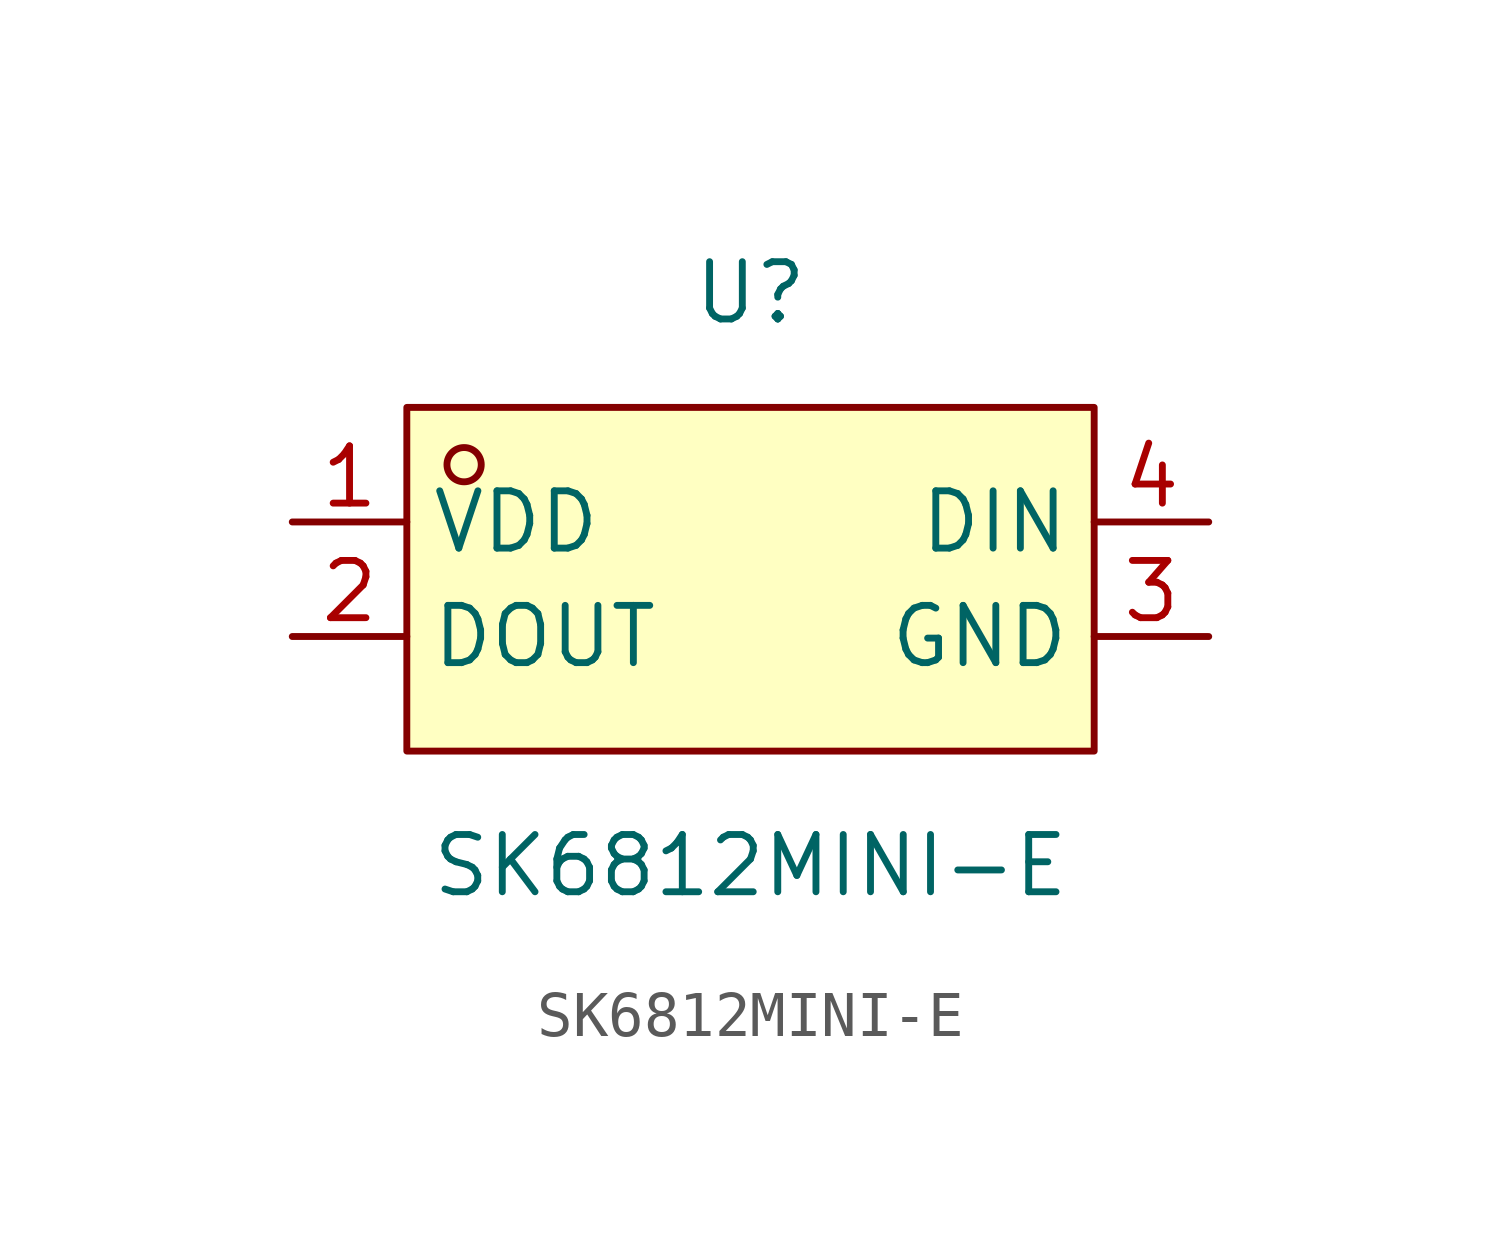
<source format=kicad_sym>
(kicad_symbol_lib
  (version 20220914)
  (generator kicad_symbol_editor)
  (symbol "SK6812MINI-E"
    (property "Reference" "U"
      (at 0 7.62 0)
      (effects (font (size 1.27 1.27))))
    (property "Value" "SK6812MINI-E"
      (at 0 -5.08 0)
      (effects (font (size 1.27 1.27))))
    (symbol "SK6812MINI-E_0_1"
      (rectangle (start -7.62 5.08) (end 7.62 -2.54) (stroke (width 0) (type default)) (fill (type background)))
      (circle (center -6.35 3.81) (radius 0.38) (stroke (width 0) (type default)) (fill (type none)))
      (pin unspecified line (at -10.16 2.54 0) (length 2.54) (name "VDD" (effects (font (size 1.27 1.27)))) (number "1" (effects (font (size 1.27 1.27)))))
      (pin unspecified line (at -10.16 0 0) (length 2.54) (name "DOUT" (effects (font (size 1.27 1.27)))) (number "2" (effects (font (size 1.27 1.27)))))
      (pin unspecified line (at 10.16 0 180) (length 2.54) (name "GND" (effects (font (size 1.27 1.27)))) (number "3" (effects (font (size 1.27 1.27)))))
      (pin unspecified line (at 10.16 2.54 180) (length 2.54) (name "DIN" (effects (font (size 1.27 1.27)))) (number "4" (effects (font (size 1.27 1.27))))))))
</source>
